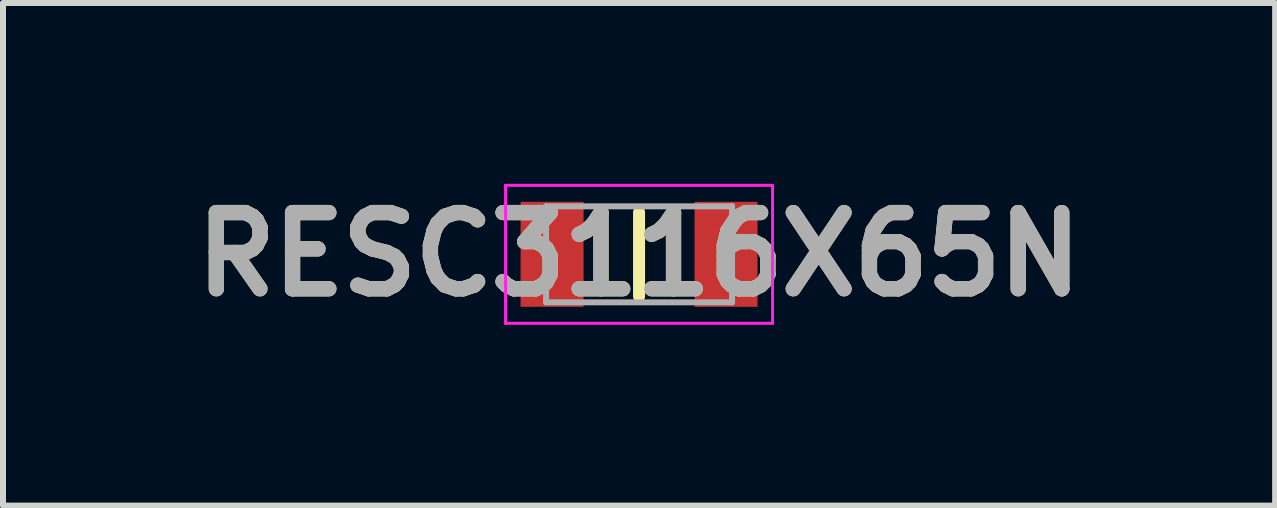
<source format=kicad_pcb>
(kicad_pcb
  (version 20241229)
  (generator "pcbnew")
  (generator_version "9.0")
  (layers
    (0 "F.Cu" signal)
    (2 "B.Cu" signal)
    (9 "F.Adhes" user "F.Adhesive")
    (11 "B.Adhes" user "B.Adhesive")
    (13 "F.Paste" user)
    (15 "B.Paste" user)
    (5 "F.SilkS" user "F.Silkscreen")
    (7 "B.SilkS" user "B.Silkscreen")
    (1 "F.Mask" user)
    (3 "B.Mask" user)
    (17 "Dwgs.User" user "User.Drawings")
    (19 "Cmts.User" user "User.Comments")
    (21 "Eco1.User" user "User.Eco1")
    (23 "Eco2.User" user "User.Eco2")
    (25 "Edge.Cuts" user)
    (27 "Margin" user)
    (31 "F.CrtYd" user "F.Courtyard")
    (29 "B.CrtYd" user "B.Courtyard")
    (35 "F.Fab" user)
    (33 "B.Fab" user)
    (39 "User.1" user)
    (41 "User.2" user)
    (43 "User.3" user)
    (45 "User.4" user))
  (footprint "RESC3116X65N"
    (layer "F.Cu")
    (at 7.602 1.189)
    (property "Reference" "RESC3116X65N" (at 0 0 0) (layer "F.SilkS") (effects (font (size 1.27 1.27) (thickness 0.254))))
    (attr smd)
    (fp_line (start 0 -0.7) (end 0 0.7) (stroke (width 0.2) (type solid)) (layer "F.SilkS"))
    (fp_line (start -2.225 -1.15) (end 2.225 -1.15) (stroke (width 0.05) (type solid)) (layer "F.CrtYd"))
    (fp_line (start -2.225 1.15) (end -2.225 -1.15) (stroke (width 0.05) (type solid)) (layer "F.CrtYd"))
    (fp_line (start 2.225 -1.15) (end 2.225 1.15) (stroke (width 0.05) (type solid)) (layer "F.CrtYd"))
    (fp_line (start 2.225 1.15) (end -2.225 1.15) (stroke (width 0.05) (type solid)) (layer "F.CrtYd"))
    (fp_line (start -1.55 -0.8) (end 1.55 -0.8) (stroke (width 0.1) (type solid)) (layer "F.Fab"))
    (fp_line (start -1.55 0.8) (end -1.55 -0.8) (stroke (width 0.1) (type solid)) (layer "F.Fab"))
    (fp_line (start 1.55 -0.8) (end 1.55 0.8) (stroke (width 0.1) (type solid)) (layer "F.Fab"))
    (fp_line (start 1.55 0.8) (end -1.55 0.8) (stroke (width 0.1) (type solid)) (layer "F.Fab"))
    (fp_text user "${REFERENCE}" (at 0 0 0) (layer "F.Fab") (effects (font (size 1.27 1.27) (thickness 0.254))))
    (pad "1" smd rect (at -1.45 0) (size 1.05 1.75) (layers "F.Cu" "F.Mask" "F.Paste"))
    (pad "2" smd rect (at 1.45 0) (size 1.05 1.75) (layers "F.Cu" "F.Mask" "F.Paste")))
  (gr_rect
    (start -3 -3)
    (end 18.204 5.377)
    (stroke (width 0.1) (type default))
    (fill no)
    (layer "Edge.Cuts")))
</source>
